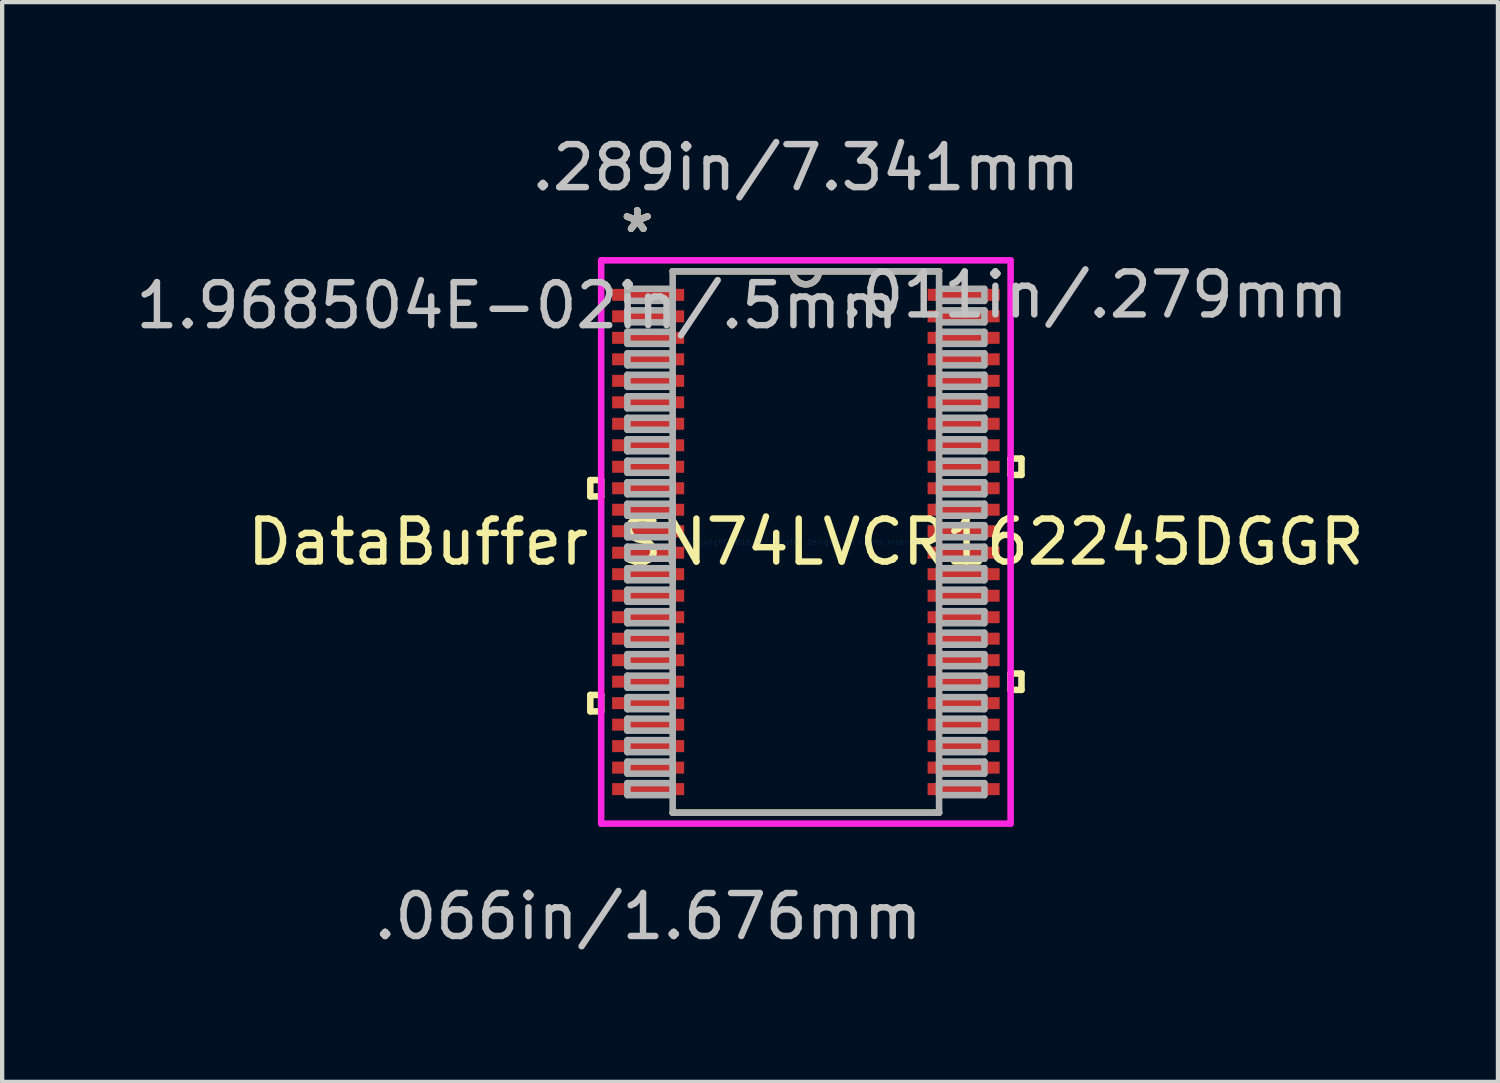
<source format=kicad_pcb>
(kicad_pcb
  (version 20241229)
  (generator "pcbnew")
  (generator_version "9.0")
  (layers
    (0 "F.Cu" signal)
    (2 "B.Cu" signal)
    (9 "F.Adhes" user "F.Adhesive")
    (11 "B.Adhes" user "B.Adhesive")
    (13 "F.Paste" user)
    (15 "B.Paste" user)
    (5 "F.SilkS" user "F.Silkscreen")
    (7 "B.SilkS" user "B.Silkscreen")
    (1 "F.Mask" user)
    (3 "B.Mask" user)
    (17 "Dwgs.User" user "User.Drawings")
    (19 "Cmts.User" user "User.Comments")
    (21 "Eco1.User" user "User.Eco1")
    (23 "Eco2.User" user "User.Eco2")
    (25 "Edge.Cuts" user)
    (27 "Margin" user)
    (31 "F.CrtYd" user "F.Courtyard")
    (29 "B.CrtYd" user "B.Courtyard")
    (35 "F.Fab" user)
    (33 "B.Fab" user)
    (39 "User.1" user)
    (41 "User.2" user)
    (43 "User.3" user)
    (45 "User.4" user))
  (footprint "DataBuffer SN74LVCR162245DGGR"
    (layer "F.Cu")
    (at 15.7 9.56)
    (property "Reference" "DataBuffer SN74LVCR162245DGGR" (at 0 0 0) (layer "F.SilkS") (effects (font (size 1 1) (thickness 0.15))))
    (attr through_hole)
    (fp_line (start -5.016 -1.44) (end -5.016 -1.06) (stroke (width 0.152) (type solid)) (layer "F.SilkS"))
    (fp_line (start -5.016 -1.06) (end -4.763 -1.06) (stroke (width 0.152) (type solid)) (layer "F.SilkS"))
    (fp_line (start -5.016 3.559) (end -5.016 3.941) (stroke (width 0.152) (type solid)) (layer "F.SilkS"))
    (fp_line (start -5.016 3.941) (end -4.763 3.941) (stroke (width 0.152) (type solid)) (layer "F.SilkS"))
    (fp_line (start -4.763 -1.44) (end -5.016 -1.44) (stroke (width 0.152) (type solid)) (layer "F.SilkS"))
    (fp_line (start -4.763 -1.06) (end -4.763 -1.44) (stroke (width 0.152) (type solid)) (layer "F.SilkS"))
    (fp_line (start -4.763 3.559) (end -5.016 3.559) (stroke (width 0.152) (type solid)) (layer "F.SilkS"))
    (fp_line (start -4.763 3.941) (end -4.763 3.559) (stroke (width 0.152) (type solid)) (layer "F.SilkS"))
    (fp_line (start -3.099 6.299) (end 3.099 6.299) (stroke (width 0.152) (type solid)) (layer "F.SilkS"))
    (fp_line (start 3.099 -6.299) (end -3.099 -6.299) (stroke (width 0.152) (type solid)) (layer "F.SilkS"))
    (fp_line (start 4.763 -1.941) (end 5.016 -1.941) (stroke (width 0.152) (type solid)) (layer "F.SilkS"))
    (fp_line (start 4.763 -1.56) (end 4.763 -1.941) (stroke (width 0.152) (type solid)) (layer "F.SilkS"))
    (fp_line (start 4.763 3.06) (end 5.016 3.06) (stroke (width 0.152) (type solid)) (layer "F.SilkS"))
    (fp_line (start 4.763 3.441) (end 4.763 3.06) (stroke (width 0.152) (type solid)) (layer "F.SilkS"))
    (fp_line (start 5.016 -1.941) (end 5.016 -1.56) (stroke (width 0.152) (type solid)) (layer "F.SilkS"))
    (fp_line (start 5.016 -1.56) (end 4.763 -1.56) (stroke (width 0.152) (type solid)) (layer "F.SilkS"))
    (fp_line (start 5.016 3.06) (end 5.016 3.441) (stroke (width 0.152) (type solid)) (layer "F.SilkS"))
    (fp_line (start 5.016 3.441) (end 4.763 3.441) (stroke (width 0.152) (type solid)) (layer "F.SilkS"))
    (fp_arc (start 0.3048 -6.2992) (mid 0 -5.9944) (end -0.3048 -6.2992) (stroke (width 0.1524) (type solid)) (layer "F.SilkS"))
    (fp_line (start -4.763 -6.553) (end 4.763 -6.553) (stroke (width 0.152) (type solid)) (layer "F.CrtYd"))
    (fp_line (start -4.763 6.553) (end -4.763 -6.553) (stroke (width 0.152) (type solid)) (layer "F.CrtYd"))
    (fp_line (start 4.763 -6.553) (end 4.763 6.553) (stroke (width 0.152) (type solid)) (layer "F.CrtYd"))
    (fp_line (start 4.763 6.553) (end -4.763 6.553) (stroke (width 0.152) (type solid)) (layer "F.CrtYd"))
    (fp_line (start -4.153 -5.89) (end -4.153 -5.61) (stroke (width 0.152) (type solid)) (layer "F.Fab"))
    (fp_line (start -4.153 -5.61) (end -3.099 -5.61) (stroke (width 0.152) (type solid)) (layer "F.Fab"))
    (fp_line (start -4.153 -5.39) (end -4.153 -5.11) (stroke (width 0.152) (type solid)) (layer "F.Fab"))
    (fp_line (start -4.153 -5.11) (end -3.099 -5.11) (stroke (width 0.152) (type solid)) (layer "F.Fab"))
    (fp_line (start -4.153 -4.89) (end -4.153 -4.61) (stroke (width 0.152) (type solid)) (layer "F.Fab"))
    (fp_line (start -4.153 -4.61) (end -3.099 -4.61) (stroke (width 0.152) (type solid)) (layer "F.Fab"))
    (fp_line (start -4.153 -4.39) (end -4.153 -4.11) (stroke (width 0.152) (type solid)) (layer "F.Fab"))
    (fp_line (start -4.153 -4.11) (end -3.099 -4.11) (stroke (width 0.152) (type solid)) (layer "F.Fab"))
    (fp_line (start -4.153 -3.89) (end -4.153 -3.61) (stroke (width 0.152) (type solid)) (layer "F.Fab"))
    (fp_line (start -4.153 -3.61) (end -3.099 -3.61) (stroke (width 0.152) (type solid)) (layer "F.Fab"))
    (fp_line (start -4.153 -3.39) (end -4.153 -3.11) (stroke (width 0.152) (type solid)) (layer "F.Fab"))
    (fp_line (start -4.153 -3.11) (end -3.099 -3.11) (stroke (width 0.152) (type solid)) (layer "F.Fab"))
    (fp_line (start -4.153 -2.89) (end -4.153 -2.61) (stroke (width 0.152) (type solid)) (layer "F.Fab"))
    (fp_line (start -4.153 -2.61) (end -3.099 -2.61) (stroke (width 0.152) (type solid)) (layer "F.Fab"))
    (fp_line (start -4.153 -2.39) (end -4.153 -2.11) (stroke (width 0.152) (type solid)) (layer "F.Fab"))
    (fp_line (start -4.153 -2.11) (end -3.099 -2.11) (stroke (width 0.152) (type solid)) (layer "F.Fab"))
    (fp_line (start -4.153 -1.89) (end -4.153 -1.61) (stroke (width 0.152) (type solid)) (layer "F.Fab"))
    (fp_line (start -4.153 -1.61) (end -3.099 -1.61) (stroke (width 0.152) (type solid)) (layer "F.Fab"))
    (fp_line (start -4.153 -1.39) (end -4.153 -1.11) (stroke (width 0.152) (type solid)) (layer "F.Fab"))
    (fp_line (start -4.153 -1.11) (end -3.099 -1.11) (stroke (width 0.152) (type solid)) (layer "F.Fab"))
    (fp_line (start -4.153 -0.89) (end -4.153 -0.61) (stroke (width 0.152) (type solid)) (layer "F.Fab"))
    (fp_line (start -4.153 -0.61) (end -3.099 -0.61) (stroke (width 0.152) (type solid)) (layer "F.Fab"))
    (fp_line (start -4.153 -0.39) (end -4.153 -0.11) (stroke (width 0.152) (type solid)) (layer "F.Fab"))
    (fp_line (start -4.153 -0.11) (end -3.099 -0.11) (stroke (width 0.152) (type solid)) (layer "F.Fab"))
    (fp_line (start -4.153 0.11) (end -4.153 0.39) (stroke (width 0.152) (type solid)) (layer "F.Fab"))
    (fp_line (start -4.153 0.39) (end -3.099 0.39) (stroke (width 0.152) (type solid)) (layer "F.Fab"))
    (fp_line (start -4.153 0.61) (end -4.153 0.89) (stroke (width 0.152) (type solid)) (layer "F.Fab"))
    (fp_line (start -4.153 0.89) (end -3.099 0.89) (stroke (width 0.152) (type solid)) (layer "F.Fab"))
    (fp_line (start -4.153 1.11) (end -4.153 1.39) (stroke (width 0.152) (type solid)) (layer "F.Fab"))
    (fp_line (start -4.153 1.39) (end -3.099 1.39) (stroke (width 0.152) (type solid)) (layer "F.Fab"))
    (fp_line (start -4.153 1.61) (end -4.153 1.89) (stroke (width 0.152) (type solid)) (layer "F.Fab"))
    (fp_line (start -4.153 1.89) (end -3.099 1.89) (stroke (width 0.152) (type solid)) (layer "F.Fab"))
    (fp_line (start -4.153 2.11) (end -4.153 2.39) (stroke (width 0.152) (type solid)) (layer "F.Fab"))
    (fp_line (start -4.153 2.39) (end -3.099 2.39) (stroke (width 0.152) (type solid)) (layer "F.Fab"))
    (fp_line (start -4.153 2.61) (end -4.153 2.89) (stroke (width 0.152) (type solid)) (layer "F.Fab"))
    (fp_line (start -4.153 2.89) (end -3.099 2.89) (stroke (width 0.152) (type solid)) (layer "F.Fab"))
    (fp_line (start -4.153 3.11) (end -4.153 3.39) (stroke (width 0.152) (type solid)) (layer "F.Fab"))
    (fp_line (start -4.153 3.39) (end -3.099 3.39) (stroke (width 0.152) (type solid)) (layer "F.Fab"))
    (fp_line (start -4.153 3.61) (end -4.153 3.89) (stroke (width 0.152) (type solid)) (layer "F.Fab"))
    (fp_line (start -4.153 3.89) (end -3.099 3.89) (stroke (width 0.152) (type solid)) (layer "F.Fab"))
    (fp_line (start -4.153 4.11) (end -4.153 4.39) (stroke (width 0.152) (type solid)) (layer "F.Fab"))
    (fp_line (start -4.153 4.39) (end -3.099 4.39) (stroke (width 0.152) (type solid)) (layer "F.Fab"))
    (fp_line (start -4.153 4.61) (end -4.153 4.89) (stroke (width 0.152) (type solid)) (layer "F.Fab"))
    (fp_line (start -4.153 4.89) (end -3.099 4.89) (stroke (width 0.152) (type solid)) (layer "F.Fab"))
    (fp_line (start -4.153 5.11) (end -4.153 5.39) (stroke (width 0.152) (type solid)) (layer "F.Fab"))
    (fp_line (start -4.153 5.39) (end -3.099 5.39) (stroke (width 0.152) (type solid)) (layer "F.Fab"))
    (fp_line (start -4.153 5.61) (end -4.153 5.89) (stroke (width 0.152) (type solid)) (layer "F.Fab"))
    (fp_line (start -4.153 5.89) (end -3.099 5.89) (stroke (width 0.152) (type solid)) (layer "F.Fab"))
    (fp_line (start -3.099 -6.299) (end -3.099 6.299) (stroke (width 0.152) (type solid)) (layer "F.Fab"))
    (fp_line (start -3.099 -5.89) (end -4.153 -5.89) (stroke (width 0.152) (type solid)) (layer "F.Fab"))
    (fp_line (start -3.099 -5.61) (end -3.099 -5.89) (stroke (width 0.152) (type solid)) (layer "F.Fab"))
    (fp_line (start -3.099 -5.39) (end -4.153 -5.39) (stroke (width 0.152) (type solid)) (layer "F.Fab"))
    (fp_line (start -3.099 -5.11) (end -3.099 -5.39) (stroke (width 0.152) (type solid)) (layer "F.Fab"))
    (fp_line (start -3.099 -4.89) (end -4.153 -4.89) (stroke (width 0.152) (type solid)) (layer "F.Fab"))
    (fp_line (start -3.099 -4.61) (end -3.099 -4.89) (stroke (width 0.152) (type solid)) (layer "F.Fab"))
    (fp_line (start -3.099 -4.39) (end -4.153 -4.39) (stroke (width 0.152) (type solid)) (layer "F.Fab"))
    (fp_line (start -3.099 -4.11) (end -3.099 -4.39) (stroke (width 0.152) (type solid)) (layer "F.Fab"))
    (fp_line (start -3.099 -3.89) (end -4.153 -3.89) (stroke (width 0.152) (type solid)) (layer "F.Fab"))
    (fp_line (start -3.099 -3.61) (end -3.099 -3.89) (stroke (width 0.152) (type solid)) (layer "F.Fab"))
    (fp_line (start -3.099 -3.39) (end -4.153 -3.39) (stroke (width 0.152) (type solid)) (layer "F.Fab"))
    (fp_line (start -3.099 -3.11) (end -3.099 -3.39) (stroke (width 0.152) (type solid)) (layer "F.Fab"))
    (fp_line (start -3.099 -2.89) (end -4.153 -2.89) (stroke (width 0.152) (type solid)) (layer "F.Fab"))
    (fp_line (start -3.099 -2.61) (end -3.099 -2.89) (stroke (width 0.152) (type solid)) (layer "F.Fab"))
    (fp_line (start -3.099 -2.39) (end -4.153 -2.39) (stroke (width 0.152) (type solid)) (layer "F.Fab"))
    (fp_line (start -3.099 -2.11) (end -3.099 -2.39) (stroke (width 0.152) (type solid)) (layer "F.Fab"))
    (fp_line (start -3.099 -1.89) (end -4.153 -1.89) (stroke (width 0.152) (type solid)) (layer "F.Fab"))
    (fp_line (start -3.099 -1.61) (end -3.099 -1.89) (stroke (width 0.152) (type solid)) (layer "F.Fab"))
    (fp_line (start -3.099 -1.39) (end -4.153 -1.39) (stroke (width 0.152) (type solid)) (layer "F.Fab"))
    (fp_line (start -3.099 -1.11) (end -3.099 -1.39) (stroke (width 0.152) (type solid)) (layer "F.Fab"))
    (fp_line (start -3.099 -0.89) (end -4.153 -0.89) (stroke (width 0.152) (type solid)) (layer "F.Fab"))
    (fp_line (start -3.099 -0.61) (end -3.099 -0.89) (stroke (width 0.152) (type solid)) (layer "F.Fab"))
    (fp_line (start -3.099 -0.39) (end -4.153 -0.39) (stroke (width 0.152) (type solid)) (layer "F.Fab"))
    (fp_line (start -3.099 -0.11) (end -3.099 -0.39) (stroke (width 0.152) (type solid)) (layer "F.Fab"))
    (fp_line (start -3.099 0.11) (end -4.153 0.11) (stroke (width 0.152) (type solid)) (layer "F.Fab"))
    (fp_line (start -3.099 0.39) (end -3.099 0.11) (stroke (width 0.152) (type solid)) (layer "F.Fab"))
    (fp_line (start -3.099 0.61) (end -4.153 0.61) (stroke (width 0.152) (type solid)) (layer "F.Fab"))
    (fp_line (start -3.099 0.89) (end -3.099 0.61) (stroke (width 0.152) (type solid)) (layer "F.Fab"))
    (fp_line (start -3.099 1.11) (end -4.153 1.11) (stroke (width 0.152) (type solid)) (layer "F.Fab"))
    (fp_line (start -3.099 1.39) (end -3.099 1.11) (stroke (width 0.152) (type solid)) (layer "F.Fab"))
    (fp_line (start -3.099 1.61) (end -4.153 1.61) (stroke (width 0.152) (type solid)) (layer "F.Fab"))
    (fp_line (start -3.099 1.89) (end -3.099 1.61) (stroke (width 0.152) (type solid)) (layer "F.Fab"))
    (fp_line (start -3.099 2.11) (end -4.153 2.11) (stroke (width 0.152) (type solid)) (layer "F.Fab"))
    (fp_line (start -3.099 2.39) (end -3.099 2.11) (stroke (width 0.152) (type solid)) (layer "F.Fab"))
    (fp_line (start -3.099 2.61) (end -4.153 2.61) (stroke (width 0.152) (type solid)) (layer "F.Fab"))
    (fp_line (start -3.099 2.89) (end -3.099 2.61) (stroke (width 0.152) (type solid)) (layer "F.Fab"))
    (fp_line (start -3.099 3.11) (end -4.153 3.11) (stroke (width 0.152) (type solid)) (layer "F.Fab"))
    (fp_line (start -3.099 3.39) (end -3.099 3.11) (stroke (width 0.152) (type solid)) (layer "F.Fab"))
    (fp_line (start -3.099 3.61) (end -4.153 3.61) (stroke (width 0.152) (type solid)) (layer "F.Fab"))
    (fp_line (start -3.099 3.89) (end -3.099 3.61) (stroke (width 0.152) (type solid)) (layer "F.Fab"))
    (fp_line (start -3.099 4.11) (end -4.153 4.11) (stroke (width 0.152) (type solid)) (layer "F.Fab"))
    (fp_line (start -3.099 4.39) (end -3.099 4.11) (stroke (width 0.152) (type solid)) (layer "F.Fab"))
    (fp_line (start -3.099 4.61) (end -4.153 4.61) (stroke (width 0.152) (type solid)) (layer "F.Fab"))
    (fp_line (start -3.099 4.89) (end -3.099 4.61) (stroke (width 0.152) (type solid)) (layer "F.Fab"))
    (fp_line (start -3.099 5.11) (end -4.153 5.11) (stroke (width 0.152) (type solid)) (layer "F.Fab"))
    (fp_line (start -3.099 5.39) (end -3.099 5.11) (stroke (width 0.152) (type solid)) (layer "F.Fab"))
    (fp_line (start -3.099 5.61) (end -4.153 5.61) (stroke (width 0.152) (type solid)) (layer "F.Fab"))
    (fp_line (start -3.099 5.89) (end -3.099 5.61) (stroke (width 0.152) (type solid)) (layer "F.Fab"))
    (fp_line (start -3.099 6.299) (end 3.099 6.299) (stroke (width 0.152) (type solid)) (layer "F.Fab"))
    (fp_line (start 3.099 -6.299) (end -3.099 -6.299) (stroke (width 0.152) (type solid)) (layer "F.Fab"))
    (fp_line (start 3.099 -5.89) (end 3.099 -5.61) (stroke (width 0.152) (type solid)) (layer "F.Fab"))
    (fp_line (start 3.099 -5.61) (end 4.153 -5.61) (stroke (width 0.152) (type solid)) (layer "F.Fab"))
    (fp_line (start 3.099 -5.39) (end 3.099 -5.11) (stroke (width 0.152) (type solid)) (layer "F.Fab"))
    (fp_line (start 3.099 -5.11) (end 4.153 -5.11) (stroke (width 0.152) (type solid)) (layer "F.Fab"))
    (fp_line (start 3.099 -4.89) (end 3.099 -4.61) (stroke (width 0.152) (type solid)) (layer "F.Fab"))
    (fp_line (start 3.099 -4.61) (end 4.153 -4.61) (stroke (width 0.152) (type solid)) (layer "F.Fab"))
    (fp_line (start 3.099 -4.39) (end 3.099 -4.11) (stroke (width 0.152) (type solid)) (layer "F.Fab"))
    (fp_line (start 3.099 -4.11) (end 4.153 -4.11) (stroke (width 0.152) (type solid)) (layer "F.Fab"))
    (fp_line (start 3.099 -3.89) (end 3.099 -3.61) (stroke (width 0.152) (type solid)) (layer "F.Fab"))
    (fp_line (start 3.099 -3.61) (end 4.153 -3.61) (stroke (width 0.152) (type solid)) (layer "F.Fab"))
    (fp_line (start 3.099 -3.39) (end 3.099 -3.11) (stroke (width 0.152) (type solid)) (layer "F.Fab"))
    (fp_line (start 3.099 -3.11) (end 4.153 -3.11) (stroke (width 0.152) (type solid)) (layer "F.Fab"))
    (fp_line (start 3.099 -2.89) (end 3.099 -2.61) (stroke (width 0.152) (type solid)) (layer "F.Fab"))
    (fp_line (start 3.099 -2.61) (end 4.153 -2.61) (stroke (width 0.152) (type solid)) (layer "F.Fab"))
    (fp_line (start 3.099 -2.39) (end 3.099 -2.11) (stroke (width 0.152) (type solid)) (layer "F.Fab"))
    (fp_line (start 3.099 -2.11) (end 4.153 -2.11) (stroke (width 0.152) (type solid)) (layer "F.Fab"))
    (fp_line (start 3.099 -1.89) (end 3.099 -1.61) (stroke (width 0.152) (type solid)) (layer "F.Fab"))
    (fp_line (start 3.099 -1.61) (end 4.153 -1.61) (stroke (width 0.152) (type solid)) (layer "F.Fab"))
    (fp_line (start 3.099 -1.39) (end 3.099 -1.11) (stroke (width 0.152) (type solid)) (layer "F.Fab"))
    (fp_line (start 3.099 -1.11) (end 4.153 -1.11) (stroke (width 0.152) (type solid)) (layer "F.Fab"))
    (fp_line (start 3.099 -0.89) (end 3.099 -0.61) (stroke (width 0.152) (type solid)) (layer "F.Fab"))
    (fp_line (start 3.099 -0.61) (end 4.153 -0.61) (stroke (width 0.152) (type solid)) (layer "F.Fab"))
    (fp_line (start 3.099 -0.39) (end 3.099 -0.11) (stroke (width 0.152) (type solid)) (layer "F.Fab"))
    (fp_line (start 3.099 -0.11) (end 4.153 -0.11) (stroke (width 0.152) (type solid)) (layer "F.Fab"))
    (fp_line (start 3.099 0.11) (end 3.099 0.39) (stroke (width 0.152) (type solid)) (layer "F.Fab"))
    (fp_line (start 3.099 0.39) (end 4.153 0.39) (stroke (width 0.152) (type solid)) (layer "F.Fab"))
    (fp_line (start 3.099 0.61) (end 3.099 0.89) (stroke (width 0.152) (type solid)) (layer "F.Fab"))
    (fp_line (start 3.099 0.89) (end 4.153 0.89) (stroke (width 0.152) (type solid)) (layer "F.Fab"))
    (fp_line (start 3.099 1.11) (end 3.099 1.39) (stroke (width 0.152) (type solid)) (layer "F.Fab"))
    (fp_line (start 3.099 1.39) (end 4.153 1.39) (stroke (width 0.152) (type solid)) (layer "F.Fab"))
    (fp_line (start 3.099 1.61) (end 3.099 1.89) (stroke (width 0.152) (type solid)) (layer "F.Fab"))
    (fp_line (start 3.099 1.89) (end 4.153 1.89) (stroke (width 0.152) (type solid)) (layer "F.Fab"))
    (fp_line (start 3.099 2.11) (end 3.099 2.39) (stroke (width 0.152) (type solid)) (layer "F.Fab"))
    (fp_line (start 3.099 2.39) (end 4.153 2.39) (stroke (width 0.152) (type solid)) (layer "F.Fab"))
    (fp_line (start 3.099 2.61) (end 3.099 2.89) (stroke (width 0.152) (type solid)) (layer "F.Fab"))
    (fp_line (start 3.099 2.89) (end 4.153 2.89) (stroke (width 0.152) (type solid)) (layer "F.Fab"))
    (fp_line (start 3.099 3.11) (end 3.099 3.39) (stroke (width 0.152) (type solid)) (layer "F.Fab"))
    (fp_line (start 3.099 3.39) (end 4.153 3.39) (stroke (width 0.152) (type solid)) (layer "F.Fab"))
    (fp_line (start 3.099 3.61) (end 3.099 3.89) (stroke (width 0.152) (type solid)) (layer "F.Fab"))
    (fp_line (start 3.099 3.89) (end 4.153 3.89) (stroke (width 0.152) (type solid)) (layer "F.Fab"))
    (fp_line (start 3.099 4.11) (end 3.099 4.39) (stroke (width 0.152) (type solid)) (layer "F.Fab"))
    (fp_line (start 3.099 4.39) (end 4.153 4.39) (stroke (width 0.152) (type solid)) (layer "F.Fab"))
    (fp_line (start 3.099 4.61) (end 3.099 4.89) (stroke (width 0.152) (type solid)) (layer "F.Fab"))
    (fp_line (start 3.099 4.89) (end 4.153 4.89) (stroke (width 0.152) (type solid)) (layer "F.Fab"))
    (fp_line (start 3.099 5.11) (end 3.099 5.39) (stroke (width 0.152) (type solid)) (layer "F.Fab"))
    (fp_line (start 3.099 5.39) (end 4.153 5.39) (stroke (width 0.152) (type solid)) (layer "F.Fab"))
    (fp_line (start 3.099 5.61) (end 3.099 5.89) (stroke (width 0.152) (type solid)) (layer "F.Fab"))
    (fp_line (start 3.099 5.89) (end 4.153 5.89) (stroke (width 0.152) (type solid)) (layer "F.Fab"))
    (fp_line (start 3.099 6.299) (end 3.099 -6.299) (stroke (width 0.152) (type solid)) (layer "F.Fab"))
    (fp_line (start 4.153 -5.89) (end 3.099 -5.89) (stroke (width 0.152) (type solid)) (layer "F.Fab"))
    (fp_line (start 4.153 -5.61) (end 4.153 -5.89) (stroke (width 0.152) (type solid)) (layer "F.Fab"))
    (fp_line (start 4.153 -5.39) (end 3.099 -5.39) (stroke (width 0.152) (type solid)) (layer "F.Fab"))
    (fp_line (start 4.153 -5.11) (end 4.153 -5.39) (stroke (width 0.152) (type solid)) (layer "F.Fab"))
    (fp_line (start 4.153 -4.89) (end 3.099 -4.89) (stroke (width 0.152) (type solid)) (layer "F.Fab"))
    (fp_line (start 4.153 -4.61) (end 4.153 -4.89) (stroke (width 0.152) (type solid)) (layer "F.Fab"))
    (fp_line (start 4.153 -4.39) (end 3.099 -4.39) (stroke (width 0.152) (type solid)) (layer "F.Fab"))
    (fp_line (start 4.153 -4.11) (end 4.153 -4.39) (stroke (width 0.152) (type solid)) (layer "F.Fab"))
    (fp_line (start 4.153 -3.89) (end 3.099 -3.89) (stroke (width 0.152) (type solid)) (layer "F.Fab"))
    (fp_line (start 4.153 -3.61) (end 4.153 -3.89) (stroke (width 0.152) (type solid)) (layer "F.Fab"))
    (fp_line (start 4.153 -3.39) (end 3.099 -3.39) (stroke (width 0.152) (type solid)) (layer "F.Fab"))
    (fp_line (start 4.153 -3.11) (end 4.153 -3.39) (stroke (width 0.152) (type solid)) (layer "F.Fab"))
    (fp_line (start 4.153 -2.89) (end 3.099 -2.89) (stroke (width 0.152) (type solid)) (layer "F.Fab"))
    (fp_line (start 4.153 -2.61) (end 4.153 -2.89) (stroke (width 0.152) (type solid)) (layer "F.Fab"))
    (fp_line (start 4.153 -2.39) (end 3.099 -2.39) (stroke (width 0.152) (type solid)) (layer "F.Fab"))
    (fp_line (start 4.153 -2.11) (end 4.153 -2.39) (stroke (width 0.152) (type solid)) (layer "F.Fab"))
    (fp_line (start 4.153 -1.89) (end 3.099 -1.89) (stroke (width 0.152) (type solid)) (layer "F.Fab"))
    (fp_line (start 4.153 -1.61) (end 4.153 -1.89) (stroke (width 0.152) (type solid)) (layer "F.Fab"))
    (fp_line (start 4.153 -1.39) (end 3.099 -1.39) (stroke (width 0.152) (type solid)) (layer "F.Fab"))
    (fp_line (start 4.153 -1.11) (end 4.153 -1.39) (stroke (width 0.152) (type solid)) (layer "F.Fab"))
    (fp_line (start 4.153 -0.89) (end 3.099 -0.89) (stroke (width 0.152) (type solid)) (layer "F.Fab"))
    (fp_line (start 4.153 -0.61) (end 4.153 -0.89) (stroke (width 0.152) (type solid)) (layer "F.Fab"))
    (fp_line (start 4.153 -0.39) (end 3.099 -0.39) (stroke (width 0.152) (type solid)) (layer "F.Fab"))
    (fp_line (start 4.153 -0.11) (end 4.153 -0.39) (stroke (width 0.152) (type solid)) (layer "F.Fab"))
    (fp_line (start 4.153 0.11) (end 3.099 0.11) (stroke (width 0.152) (type solid)) (layer "F.Fab"))
    (fp_line (start 4.153 0.39) (end 4.153 0.11) (stroke (width 0.152) (type solid)) (layer "F.Fab"))
    (fp_line (start 4.153 0.61) (end 3.099 0.61) (stroke (width 0.152) (type solid)) (layer "F.Fab"))
    (fp_line (start 4.153 0.89) (end 4.153 0.61) (stroke (width 0.152) (type solid)) (layer "F.Fab"))
    (fp_line (start 4.153 1.11) (end 3.099 1.11) (stroke (width 0.152) (type solid)) (layer "F.Fab"))
    (fp_line (start 4.153 1.39) (end 4.153 1.11) (stroke (width 0.152) (type solid)) (layer "F.Fab"))
    (fp_line (start 4.153 1.61) (end 3.099 1.61) (stroke (width 0.152) (type solid)) (layer "F.Fab"))
    (fp_line (start 4.153 1.89) (end 4.153 1.61) (stroke (width 0.152) (type solid)) (layer "F.Fab"))
    (fp_line (start 4.153 2.11) (end 3.099 2.11) (stroke (width 0.152) (type solid)) (layer "F.Fab"))
    (fp_line (start 4.153 2.39) (end 4.153 2.11) (stroke (width 0.152) (type solid)) (layer "F.Fab"))
    (fp_line (start 4.153 2.61) (end 3.099 2.61) (stroke (width 0.152) (type solid)) (layer "F.Fab"))
    (fp_line (start 4.153 2.89) (end 4.153 2.61) (stroke (width 0.152) (type solid)) (layer "F.Fab"))
    (fp_line (start 4.153 3.11) (end 3.099 3.11) (stroke (width 0.152) (type solid)) (layer "F.Fab"))
    (fp_line (start 4.153 3.39) (end 4.153 3.11) (stroke (width 0.152) (type solid)) (layer "F.Fab"))
    (fp_line (start 4.153 3.61) (end 3.099 3.61) (stroke (width 0.152) (type solid)) (layer "F.Fab"))
    (fp_line (start 4.153 3.89) (end 4.153 3.61) (stroke (width 0.152) (type solid)) (layer "F.Fab"))
    (fp_line (start 4.153 4.11) (end 3.099 4.11) (stroke (width 0.152) (type solid)) (layer "F.Fab"))
    (fp_line (start 4.153 4.39) (end 4.153 4.11) (stroke (width 0.152) (type solid)) (layer "F.Fab"))
    (fp_line (start 4.153 4.61) (end 3.099 4.61) (stroke (width 0.152) (type solid)) (layer "F.Fab"))
    (fp_line (start 4.153 4.89) (end 4.153 4.61) (stroke (width 0.152) (type solid)) (layer "F.Fab"))
    (fp_line (start 4.153 5.11) (end 3.099 5.11) (stroke (width 0.152) (type solid)) (layer "F.Fab"))
    (fp_line (start 4.153 5.39) (end 4.153 5.11) (stroke (width 0.152) (type solid)) (layer "F.Fab"))
    (fp_line (start 4.153 5.61) (end 3.099 5.61) (stroke (width 0.152) (type solid)) (layer "F.Fab"))
    (fp_line (start 4.153 5.89) (end 4.153 5.61) (stroke (width 0.152) (type solid)) (layer "F.Fab"))
    (fp_arc (start 0.3048 -6.2992) (mid 0 -5.9944) (end -0.3048 -6.2992) (stroke (width 0.1524) (type solid)) (layer "F.Fab"))
    (fp_text user "*" (at -3.924 -7.172 0) (layer "F.SilkS") (effects (font (size 1 1) (thickness 0.15))))
    (fp_text user "*" (at -3.924 -7.172 0) (layer "F.SilkS") (effects (font (size 1 1) (thickness 0.15))))
    (fp_text user ".066in/1.676mm" (at -3.67 8.712 0) (layer "Dwgs.User") (effects (font (size 1 1) (thickness 0.15))))
    (fp_text user ".011in/.279mm" (at 6.718 -5.75 0) (layer "Dwgs.User") (effects (font (size 1 1) (thickness 0.15))))
    (fp_text user ".289in/7.341mm" (at 0 -8.712 0) (layer "Dwgs.User") (effects (font (size 1 1) (thickness 0.15))))
    (fp_text user "1.968504E-02in/.5mm" (at -6.718 -5.5 0) (layer "Dwgs.User") (effects (font (size 1 1) (thickness 0.15))))
    (fp_text user "Copyright 2016 Accelerated Designs. All rights reserved." (at 0 0 0) (layer "Cmts.User") (effects (font (size 0.127 0.127) (thickness 0.002))))
    (fp_text user "*" (at -3.924 -7.172 0) (layer "F.Fab") (effects (font (size 1 1) (thickness 0.15))))
    (fp_text user "*" (at -3.924 -7.172 0) (layer "F.Fab") (effects (font (size 1 1) (thickness 0.15))))
    (pad "1" smd rect (at -3.67 -5.75) (size 1.676 0.279) (layers "F.Cu" "F.Mask" "F.Paste"))
    (pad "2" smd rect (at -3.67 -5.25) (size 1.676 0.279) (layers "F.Cu" "F.Mask" "F.Paste"))
    (pad "3" smd rect (at -3.67 -4.75) (size 1.676 0.279) (layers "F.Cu" "F.Mask" "F.Paste"))
    (pad "4" smd rect (at -3.67 -4.25) (size 1.676 0.279) (layers "F.Cu" "F.Mask" "F.Paste"))
    (pad "5" smd rect (at -3.67 -3.75) (size 1.676 0.279) (layers "F.Cu" "F.Mask" "F.Paste"))
    (pad "6" smd rect (at -3.67 -3.25) (size 1.676 0.279) (layers "F.Cu" "F.Mask" "F.Paste"))
    (pad "7" smd rect (at -3.67 -2.75) (size 1.676 0.279) (layers "F.Cu" "F.Mask" "F.Paste"))
    (pad "8" smd rect (at -3.67 -2.25) (size 1.676 0.279) (layers "F.Cu" "F.Mask" "F.Paste"))
    (pad "9" smd rect (at -3.67 -1.75) (size 1.676 0.279) (layers "F.Cu" "F.Mask" "F.Paste"))
    (pad "10" smd rect (at -3.67 -1.25) (size 1.676 0.279) (layers "F.Cu" "F.Mask" "F.Paste"))
    (pad "11" smd rect (at -3.67 -0.75) (size 1.676 0.279) (layers "F.Cu" "F.Mask" "F.Paste"))
    (pad "12" smd rect (at -3.67 -0.25) (size 1.676 0.279) (layers "F.Cu" "F.Mask" "F.Paste"))
    (pad "13" smd rect (at -3.67 0.25) (size 1.676 0.279) (layers "F.Cu" "F.Mask" "F.Paste"))
    (pad "14" smd rect (at -3.67 0.75) (size 1.676 0.279) (layers "F.Cu" "F.Mask" "F.Paste"))
    (pad "15" smd rect (at -3.67 1.25) (size 1.676 0.279) (layers "F.Cu" "F.Mask" "F.Paste"))
    (pad "16" smd rect (at -3.67 1.75) (size 1.676 0.279) (layers "F.Cu" "F.Mask" "F.Paste"))
    (pad "17" smd rect (at -3.67 2.25) (size 1.676 0.279) (layers "F.Cu" "F.Mask" "F.Paste"))
    (pad "18" smd rect (at -3.67 2.75) (size 1.676 0.279) (layers "F.Cu" "F.Mask" "F.Paste"))
    (pad "19" smd rect (at -3.67 3.25) (size 1.676 0.279) (layers "F.Cu" "F.Mask" "F.Paste"))
    (pad "20" smd rect (at -3.67 3.75) (size 1.676 0.279) (layers "F.Cu" "F.Mask" "F.Paste"))
    (pad "21" smd rect (at -3.67 4.25) (size 1.676 0.279) (layers "F.Cu" "F.Mask" "F.Paste"))
    (pad "22" smd rect (at -3.67 4.75) (size 1.676 0.279) (layers "F.Cu" "F.Mask" "F.Paste"))
    (pad "23" smd rect (at -3.67 5.25) (size 1.676 0.279) (layers "F.Cu" "F.Mask" "F.Paste"))
    (pad "24" smd rect (at -3.67 5.75) (size 1.676 0.279) (layers "F.Cu" "F.Mask" "F.Paste"))
    (pad "25" smd rect (at 3.67 5.75) (size 1.676 0.279) (layers "F.Cu" "F.Mask" "F.Paste"))
    (pad "26" smd rect (at 3.67 5.25) (size 1.676 0.279) (layers "F.Cu" "F.Mask" "F.Paste"))
    (pad "27" smd rect (at 3.67 4.75) (size 1.676 0.279) (layers "F.Cu" "F.Mask" "F.Paste"))
    (pad "28" smd rect (at 3.67 4.25) (size 1.676 0.279) (layers "F.Cu" "F.Mask" "F.Paste"))
    (pad "29" smd rect (at 3.67 3.75) (size 1.676 0.279) (layers "F.Cu" "F.Mask" "F.Paste"))
    (pad "30" smd rect (at 3.67 3.25) (size 1.676 0.279) (layers "F.Cu" "F.Mask" "F.Paste"))
    (pad "31" smd rect (at 3.67 2.75) (size 1.676 0.279) (layers "F.Cu" "F.Mask" "F.Paste"))
    (pad "32" smd rect (at 3.67 2.25) (size 1.676 0.279) (layers "F.Cu" "F.Mask" "F.Paste"))
    (pad "33" smd rect (at 3.67 1.75) (size 1.676 0.279) (layers "F.Cu" "F.Mask" "F.Paste"))
    (pad "34" smd rect (at 3.67 1.25) (size 1.676 0.279) (layers "F.Cu" "F.Mask" "F.Paste"))
    (pad "35" smd rect (at 3.67 0.75) (size 1.676 0.279) (layers "F.Cu" "F.Mask" "F.Paste"))
    (pad "36" smd rect (at 3.67 0.25) (size 1.676 0.279) (layers "F.Cu" "F.Mask" "F.Paste"))
    (pad "37" smd rect (at 3.67 -0.25) (size 1.676 0.279) (layers "F.Cu" "F.Mask" "F.Paste"))
    (pad "38" smd rect (at 3.67 -0.75) (size 1.676 0.279) (layers "F.Cu" "F.Mask" "F.Paste"))
    (pad "39" smd rect (at 3.67 -1.25) (size 1.676 0.279) (layers "F.Cu" "F.Mask" "F.Paste"))
    (pad "40" smd rect (at 3.67 -1.75) (size 1.676 0.279) (layers "F.Cu" "F.Mask" "F.Paste"))
    (pad "41" smd rect (at 3.67 -2.25) (size 1.676 0.279) (layers "F.Cu" "F.Mask" "F.Paste"))
    (pad "42" smd rect (at 3.67 -2.75) (size 1.676 0.279) (layers "F.Cu" "F.Mask" "F.Paste"))
    (pad "43" smd rect (at 3.67 -3.25) (size 1.676 0.279) (layers "F.Cu" "F.Mask" "F.Paste"))
    (pad "44" smd rect (at 3.67 -3.75) (size 1.676 0.279) (layers "F.Cu" "F.Mask" "F.Paste"))
    (pad "45" smd rect (at 3.67 -4.25) (size 1.676 0.279) (layers "F.Cu" "F.Mask" "F.Paste"))
    (pad "46" smd rect (at 3.67 -4.75) (size 1.676 0.279) (layers "F.Cu" "F.Mask" "F.Paste"))
    (pad "47" smd rect (at 3.67 -5.25) (size 1.676 0.279) (layers "F.Cu" "F.Mask" "F.Paste"))
    (pad "48" smd rect (at 3.67 -5.75) (size 1.676 0.279) (layers "F.Cu" "F.Mask" "F.Paste")))
  (gr_rect
    (start -3 -3)
    (end 31.802 22.121)
    (stroke (width 0.1) (type default))
    (fill no)
    (layer "Edge.Cuts")))
</source>
